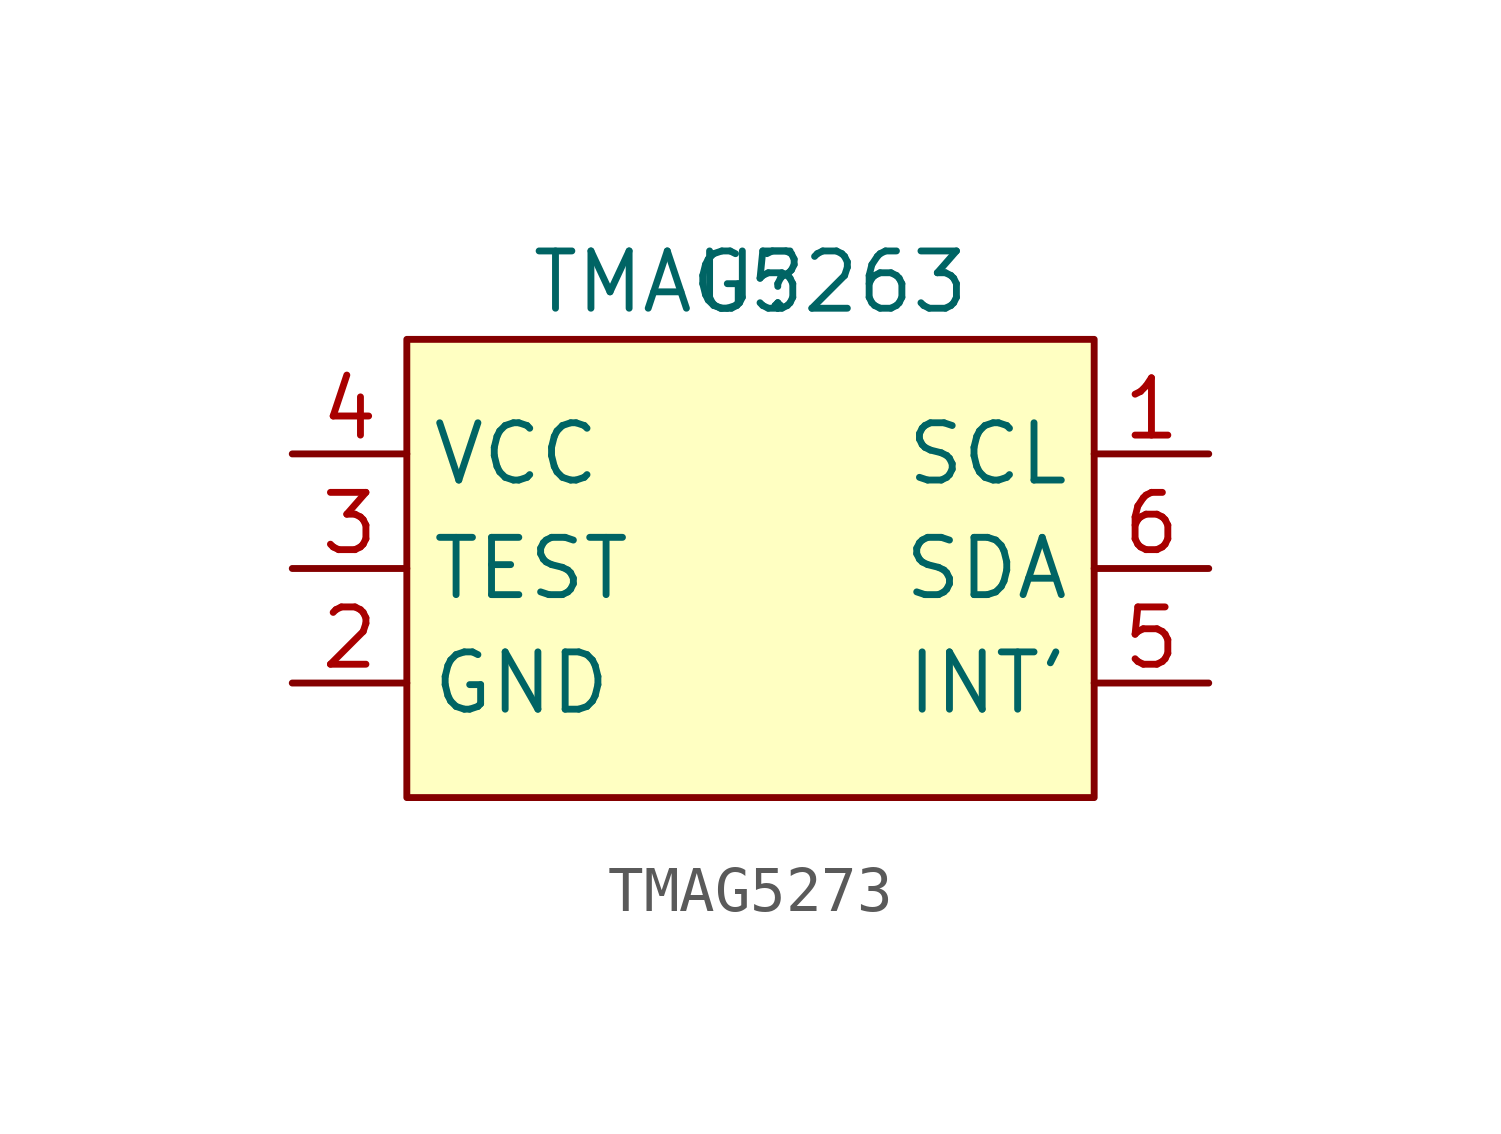
<source format=kicad_sym>
(kicad_symbol_lib
  (version 20241209)
  (generator "kicad_symbol_editor")
  (generator_version "9.0")
  (symbol "TMAG5273"
    (property "Reference" "U"
      (at 0 0 0)
      (effects (font (size 1.27 1.27))))
    (property "Value" "TMAG5263"
      (at 0 0 0)
      (effects (font (size 1.27 1.27))))
    (symbol "TMAG5273_1_1"
      (rectangle (start -7.62 -1.27) (end 7.62 -11.43) (stroke (width 0) (type solid)) (fill (type background)))
      (pin power_in line (at -10.16 -3.81 0) (length 2.54) (name "VCC" (effects (font (size 1.27 1.27)))) (number "4" (effects (font (size 1.27 1.27)))))
      (pin input line (at -10.16 -6.35 0) (length 2.54) (name "TEST" (effects (font (size 1.27 1.27)))) (number "3" (effects (font (size 1.27 1.27)))))
      (pin power_in line (at -10.16 -8.89 0) (length 2.54) (name "GND" (effects (font (size 1.27 1.27)))) (number "2" (effects (font (size 1.27 1.27)))))
      (pin bidirectional line (at 10.16 -3.81 180) (length 2.54) (name "SCL" (effects (font (size 1.27 1.27)))) (number "1" (effects (font (size 1.27 1.27)))))
      (pin bidirectional line (at 10.16 -6.35 180) (length 2.54) (name "SDA" (effects (font (size 1.27 1.27)))) (number "6" (effects (font (size 1.27 1.27)))))
      (pin bidirectional line (at 10.16 -8.89 180) (length 2.54) (name "INT'" (effects (font (size 1.27 1.27)))) (number "5" (effects (font (size 1.27 1.27))))))))
</source>
